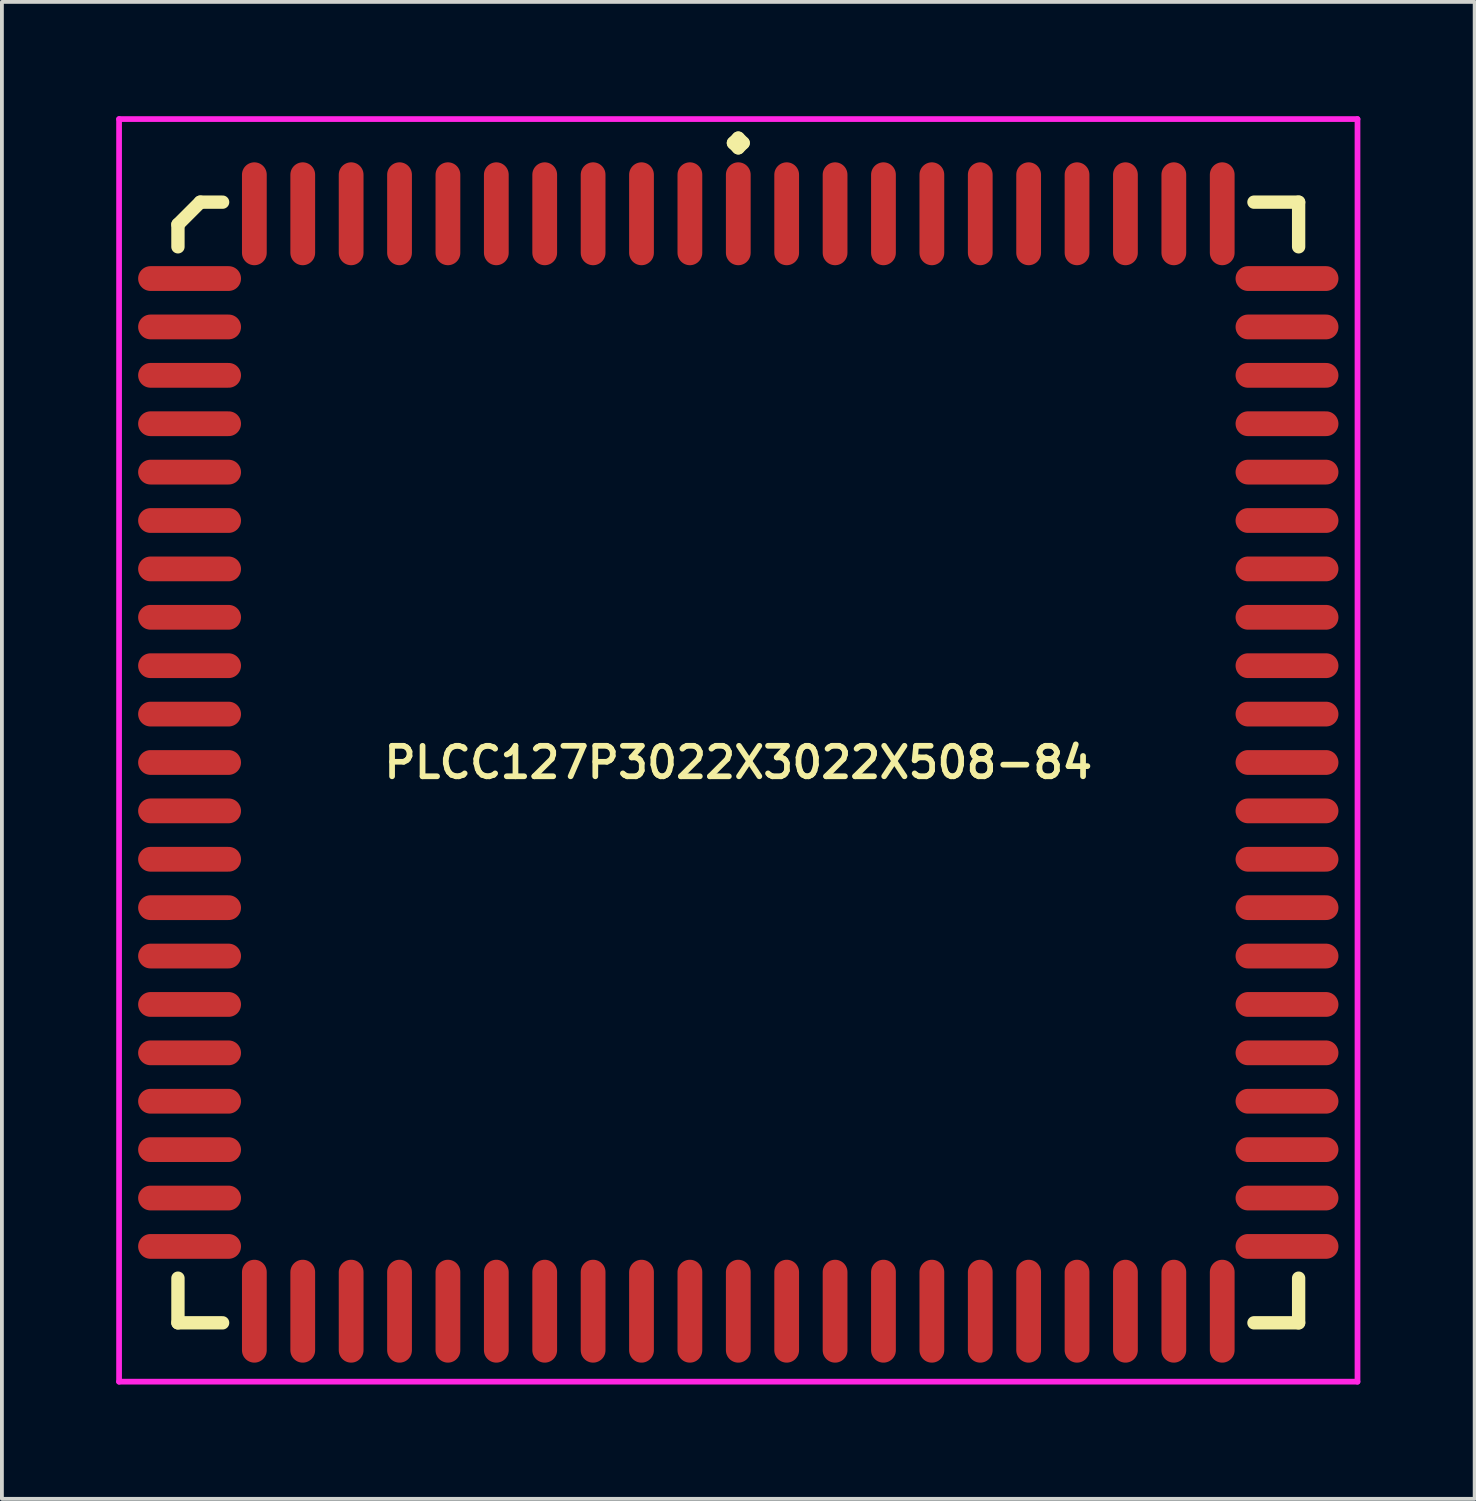
<source format=kicad_pcb>
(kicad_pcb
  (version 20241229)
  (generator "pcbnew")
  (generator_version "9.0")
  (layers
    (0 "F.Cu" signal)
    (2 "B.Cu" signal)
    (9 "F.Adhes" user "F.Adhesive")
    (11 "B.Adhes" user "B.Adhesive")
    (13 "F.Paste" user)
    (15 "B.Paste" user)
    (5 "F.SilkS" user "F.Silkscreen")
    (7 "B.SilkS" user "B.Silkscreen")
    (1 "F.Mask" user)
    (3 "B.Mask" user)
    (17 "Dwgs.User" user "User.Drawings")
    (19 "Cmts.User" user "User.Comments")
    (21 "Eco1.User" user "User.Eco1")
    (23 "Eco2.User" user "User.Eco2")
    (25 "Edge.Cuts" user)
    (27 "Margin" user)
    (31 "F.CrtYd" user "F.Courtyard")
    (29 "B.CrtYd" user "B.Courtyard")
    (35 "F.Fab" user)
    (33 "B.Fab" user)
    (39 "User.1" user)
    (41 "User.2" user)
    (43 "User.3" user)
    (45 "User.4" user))
  (footprint "PLCC127P3022X3022X508-84"
    (layer "F.Cu")
    (at 16.325 16.96)
    (property "Reference" "PLCC127P3022X3022X508-84" (at 0 0 0) (layer "F.SilkS") (effects (font (size 0.8 0.8) (thickness 0.15))))
    (attr smd)
    (fp_line (start -14.705 -14.119) (end -14.119 -14.705) (stroke (width 0.35) (type solid)) (layer "F.SilkS"))
    (fp_line (start -14.705 -13.533) (end -14.705 -14.119) (stroke (width 0.35) (type solid)) (layer "F.SilkS"))
    (fp_line (start -14.705 13.533) (end -14.705 14.705) (stroke (width 0.35) (type solid)) (layer "F.SilkS"))
    (fp_line (start -14.705 14.705) (end -13.533 14.705) (stroke (width 0.35) (type solid)) (layer "F.SilkS"))
    (fp_line (start -14.119 -14.705) (end -13.533 -14.705) (stroke (width 0.35) (type solid)) (layer "F.SilkS"))
    (fp_line (start -0.127 -16.258) (end 0 -16.385) (stroke (width 0.35) (type solid)) (layer "F.SilkS"))
    (fp_line (start 0 -16.385) (end 0.127 -16.258) (stroke (width 0.35) (type solid)) (layer "F.SilkS"))
    (fp_line (start 0 -16.131) (end -0.127 -16.258) (stroke (width 0.35) (type solid)) (layer "F.SilkS"))
    (fp_line (start 0.127 -16.258) (end 0 -16.131) (stroke (width 0.35) (type solid)) (layer "F.SilkS"))
    (fp_line (start 14.705 -14.705) (end 13.533 -14.705) (stroke (width 0.35) (type solid)) (layer "F.SilkS"))
    (fp_line (start 14.705 -13.533) (end 14.705 -14.705) (stroke (width 0.35) (type solid)) (layer "F.SilkS"))
    (fp_line (start 14.705 13.533) (end 14.705 14.705) (stroke (width 0.35) (type solid)) (layer "F.SilkS"))
    (fp_line (start 14.705 14.705) (end 13.533 14.705) (stroke (width 0.35) (type solid)) (layer "F.SilkS"))
    (fp_line (start -16.25 -16.885) (end 16.25 -16.885) (stroke (width 0.15) (type solid)) (layer "F.CrtYd"))
    (fp_line (start -16.25 16.25) (end -16.25 -16.885) (stroke (width 0.15) (type solid)) (layer "F.CrtYd"))
    (fp_line (start 16.25 -16.885) (end 16.25 16.25) (stroke (width 0.15) (type solid)) (layer "F.CrtYd"))
    (fp_line (start 16.25 16.25) (end -16.25 16.25) (stroke (width 0.15) (type solid)) (layer "F.CrtYd"))
    (pad "1" smd oval (at 0 -14.4) (size 0.65 2.7) (layers "F.Cu" "F.Mask" "F.Paste"))
    (pad "2" smd oval (at -1.27 -14.4) (size 0.65 2.7) (layers "F.Cu" "F.Mask" "F.Paste"))
    (pad "3" smd oval (at -2.54 -14.4) (size 0.65 2.7) (layers "F.Cu" "F.Mask" "F.Paste"))
    (pad "4" smd oval (at -3.81 -14.4) (size 0.65 2.7) (layers "F.Cu" "F.Mask" "F.Paste"))
    (pad "5" smd oval (at -5.08 -14.4) (size 0.65 2.7) (layers "F.Cu" "F.Mask" "F.Paste"))
    (pad "6" smd oval (at -6.35 -14.4) (size 0.65 2.7) (layers "F.Cu" "F.Mask" "F.Paste"))
    (pad "7" smd oval (at -7.62 -14.4) (size 0.65 2.7) (layers "F.Cu" "F.Mask" "F.Paste"))
    (pad "8" smd oval (at -8.89 -14.4) (size 0.65 2.7) (layers "F.Cu" "F.Mask" "F.Paste"))
    (pad "9" smd oval (at -10.16 -14.4) (size 0.65 2.7) (layers "F.Cu" "F.Mask" "F.Paste"))
    (pad "10" smd oval (at -11.43 -14.4) (size 0.65 2.7) (layers "F.Cu" "F.Mask" "F.Paste"))
    (pad "11" smd oval (at -12.7 -14.4) (size 0.65 2.7) (layers "F.Cu" "F.Mask" "F.Paste"))
    (pad "12" smd oval (at -14.4 -12.7) (size 2.7 0.65) (layers "F.Cu" "F.Mask" "F.Paste"))
    (pad "13" smd oval (at -14.4 -11.43) (size 2.7 0.65) (layers "F.Cu" "F.Mask" "F.Paste"))
    (pad "14" smd oval (at -14.4 -10.16) (size 2.7 0.65) (layers "F.Cu" "F.Mask" "F.Paste"))
    (pad "15" smd oval (at -14.4 -8.89) (size 2.7 0.65) (layers "F.Cu" "F.Mask" "F.Paste"))
    (pad "16" smd oval (at -14.4 -7.62) (size 2.7 0.65) (layers "F.Cu" "F.Mask" "F.Paste"))
    (pad "17" smd oval (at -14.4 -6.35) (size 2.7 0.65) (layers "F.Cu" "F.Mask" "F.Paste"))
    (pad "18" smd oval (at -14.4 -5.08) (size 2.7 0.65) (layers "F.Cu" "F.Mask" "F.Paste"))
    (pad "19" smd oval (at -14.4 -3.81) (size 2.7 0.65) (layers "F.Cu" "F.Mask" "F.Paste"))
    (pad "20" smd oval (at -14.4 -2.54) (size 2.7 0.65) (layers "F.Cu" "F.Mask" "F.Paste"))
    (pad "21" smd oval (at -14.4 -1.27) (size 2.7 0.65) (layers "F.Cu" "F.Mask" "F.Paste"))
    (pad "22" smd oval (at -14.4 0) (size 2.7 0.65) (layers "F.Cu" "F.Mask" "F.Paste"))
    (pad "23" smd oval (at -14.4 1.27) (size 2.7 0.65) (layers "F.Cu" "F.Mask" "F.Paste"))
    (pad "24" smd oval (at -14.4 2.54) (size 2.7 0.65) (layers "F.Cu" "F.Mask" "F.Paste"))
    (pad "25" smd oval (at -14.4 3.81) (size 2.7 0.65) (layers "F.Cu" "F.Mask" "F.Paste"))
    (pad "26" smd oval (at -14.4 5.08) (size 2.7 0.65) (layers "F.Cu" "F.Mask" "F.Paste"))
    (pad "27" smd oval (at -14.4 6.35) (size 2.7 0.65) (layers "F.Cu" "F.Mask" "F.Paste"))
    (pad "28" smd oval (at -14.4 7.62) (size 2.7 0.65) (layers "F.Cu" "F.Mask" "F.Paste"))
    (pad "29" smd oval (at -14.4 8.89) (size 2.7 0.65) (layers "F.Cu" "F.Mask" "F.Paste"))
    (pad "30" smd oval (at -14.4 10.16) (size 2.7 0.65) (layers "F.Cu" "F.Mask" "F.Paste"))
    (pad "31" smd oval (at -14.4 11.43) (size 2.7 0.65) (layers "F.Cu" "F.Mask" "F.Paste"))
    (pad "32" smd oval (at -14.4 12.7) (size 2.7 0.65) (layers "F.Cu" "F.Mask" "F.Paste"))
    (pad "33" smd oval (at -12.7 14.4) (size 0.65 2.7) (layers "F.Cu" "F.Mask" "F.Paste"))
    (pad "34" smd oval (at -11.43 14.4) (size 0.65 2.7) (layers "F.Cu" "F.Mask" "F.Paste"))
    (pad "35" smd oval (at -10.16 14.4) (size 0.65 2.7) (layers "F.Cu" "F.Mask" "F.Paste"))
    (pad "36" smd oval (at -8.89 14.4) (size 0.65 2.7) (layers "F.Cu" "F.Mask" "F.Paste"))
    (pad "37" smd oval (at -7.62 14.4) (size 0.65 2.7) (layers "F.Cu" "F.Mask" "F.Paste"))
    (pad "38" smd oval (at -6.35 14.4) (size 0.65 2.7) (layers "F.Cu" "F.Mask" "F.Paste"))
    (pad "39" smd oval (at -5.08 14.4) (size 0.65 2.7) (layers "F.Cu" "F.Mask" "F.Paste"))
    (pad "40" smd oval (at -3.81 14.4) (size 0.65 2.7) (layers "F.Cu" "F.Mask" "F.Paste"))
    (pad "41" smd oval (at -2.54 14.4) (size 0.65 2.7) (layers "F.Cu" "F.Mask" "F.Paste"))
    (pad "42" smd oval (at -1.27 14.4) (size 0.65 2.7) (layers "F.Cu" "F.Mask" "F.Paste"))
    (pad "43" smd oval (at 0 14.4) (size 0.65 2.7) (layers "F.Cu" "F.Mask" "F.Paste"))
    (pad "44" smd oval (at 1.27 14.4) (size 0.65 2.7) (layers "F.Cu" "F.Mask" "F.Paste"))
    (pad "45" smd oval (at 2.54 14.4) (size 0.65 2.7) (layers "F.Cu" "F.Mask" "F.Paste"))
    (pad "46" smd oval (at 3.81 14.4) (size 0.65 2.7) (layers "F.Cu" "F.Mask" "F.Paste"))
    (pad "47" smd oval (at 5.08 14.4) (size 0.65 2.7) (layers "F.Cu" "F.Mask" "F.Paste"))
    (pad "48" smd oval (at 6.35 14.4) (size 0.65 2.7) (layers "F.Cu" "F.Mask" "F.Paste"))
    (pad "49" smd oval (at 7.62 14.4) (size 0.65 2.7) (layers "F.Cu" "F.Mask" "F.Paste"))
    (pad "50" smd oval (at 8.89 14.4) (size 0.65 2.7) (layers "F.Cu" "F.Mask" "F.Paste"))
    (pad "51" smd oval (at 10.16 14.4) (size 0.65 2.7) (layers "F.Cu" "F.Mask" "F.Paste"))
    (pad "52" smd oval (at 11.43 14.4) (size 0.65 2.7) (layers "F.Cu" "F.Mask" "F.Paste"))
    (pad "53" smd oval (at 12.7 14.4) (size 0.65 2.7) (layers "F.Cu" "F.Mask" "F.Paste"))
    (pad "54" smd oval (at 14.4 12.7) (size 2.7 0.65) (layers "F.Cu" "F.Mask" "F.Paste"))
    (pad "55" smd oval (at 14.4 11.43) (size 2.7 0.65) (layers "F.Cu" "F.Mask" "F.Paste"))
    (pad "56" smd oval (at 14.4 10.16) (size 2.7 0.65) (layers "F.Cu" "F.Mask" "F.Paste"))
    (pad "57" smd oval (at 14.4 8.89) (size 2.7 0.65) (layers "F.Cu" "F.Mask" "F.Paste"))
    (pad "58" smd oval (at 14.4 7.62) (size 2.7 0.65) (layers "F.Cu" "F.Mask" "F.Paste"))
    (pad "59" smd oval (at 14.4 6.35) (size 2.7 0.65) (layers "F.Cu" "F.Mask" "F.Paste"))
    (pad "60" smd oval (at 14.4 5.08) (size 2.7 0.65) (layers "F.Cu" "F.Mask" "F.Paste"))
    (pad "61" smd oval (at 14.4 3.81) (size 2.7 0.65) (layers "F.Cu" "F.Mask" "F.Paste"))
    (pad "62" smd oval (at 14.4 2.54) (size 2.7 0.65) (layers "F.Cu" "F.Mask" "F.Paste"))
    (pad "63" smd oval (at 14.4 1.27) (size 2.7 0.65) (layers "F.Cu" "F.Mask" "F.Paste"))
    (pad "64" smd oval (at 14.4 0) (size 2.7 0.65) (layers "F.Cu" "F.Mask" "F.Paste"))
    (pad "65" smd oval (at 14.4 -1.27) (size 2.7 0.65) (layers "F.Cu" "F.Mask" "F.Paste"))
    (pad "66" smd oval (at 14.4 -2.54) (size 2.7 0.65) (layers "F.Cu" "F.Mask" "F.Paste"))
    (pad "67" smd oval (at 14.4 -3.81) (size 2.7 0.65) (layers "F.Cu" "F.Mask" "F.Paste"))
    (pad "68" smd oval (at 14.4 -5.08) (size 2.7 0.65) (layers "F.Cu" "F.Mask" "F.Paste"))
    (pad "69" smd oval (at 14.4 -6.35) (size 2.7 0.65) (layers "F.Cu" "F.Mask" "F.Paste"))
    (pad "70" smd oval (at 14.4 -7.62) (size 2.7 0.65) (layers "F.Cu" "F.Mask" "F.Paste"))
    (pad "71" smd oval (at 14.4 -8.89) (size 2.7 0.65) (layers "F.Cu" "F.Mask" "F.Paste"))
    (pad "72" smd oval (at 14.4 -10.16) (size 2.7 0.65) (layers "F.Cu" "F.Mask" "F.Paste"))
    (pad "73" smd oval (at 14.4 -11.43) (size 2.7 0.65) (layers "F.Cu" "F.Mask" "F.Paste"))
    (pad "74" smd oval (at 14.4 -12.7) (size 2.7 0.65) (layers "F.Cu" "F.Mask" "F.Paste"))
    (pad "75" smd oval (at 12.7 -14.4) (size 0.65 2.7) (layers "F.Cu" "F.Mask" "F.Paste"))
    (pad "76" smd oval (at 11.43 -14.4) (size 0.65 2.7) (layers "F.Cu" "F.Mask" "F.Paste"))
    (pad "77" smd oval (at 10.16 -14.4) (size 0.65 2.7) (layers "F.Cu" "F.Mask" "F.Paste"))
    (pad "78" smd oval (at 8.89 -14.4) (size 0.65 2.7) (layers "F.Cu" "F.Mask" "F.Paste"))
    (pad "79" smd oval (at 7.62 -14.4) (size 0.65 2.7) (layers "F.Cu" "F.Mask" "F.Paste"))
    (pad "80" smd oval (at 6.35 -14.4) (size 0.65 2.7) (layers "F.Cu" "F.Mask" "F.Paste"))
    (pad "81" smd oval (at 5.08 -14.4) (size 0.65 2.7) (layers "F.Cu" "F.Mask" "F.Paste"))
    (pad "82" smd oval (at 3.81 -14.4) (size 0.65 2.7) (layers "F.Cu" "F.Mask" "F.Paste"))
    (pad "83" smd oval (at 2.54 -14.4) (size 0.65 2.7) (layers "F.Cu" "F.Mask" "F.Paste"))
    (pad "84" smd oval (at 1.27 -14.4) (size 0.65 2.7) (layers "F.Cu" "F.Mask" "F.Paste")))
  (gr_rect
    (start -3 -3)
    (end 35.65 36.285)
    (stroke (width 0.1) (type default))
    (fill no)
    (layer "Edge.Cuts")))
</source>
